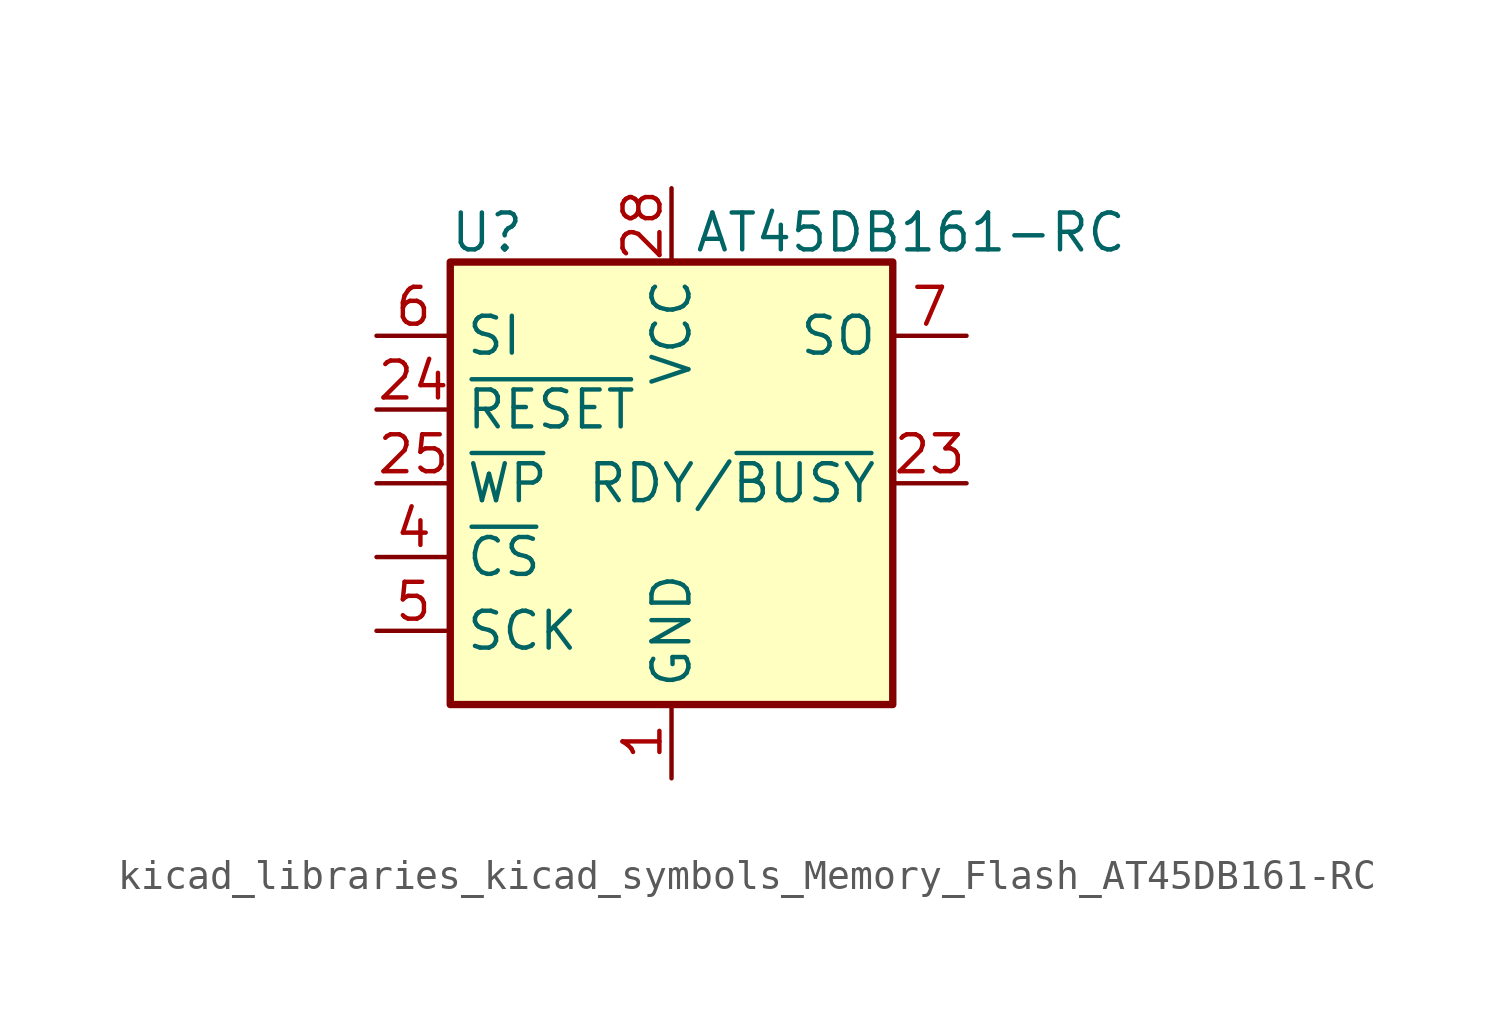
<source format=kicad_sym>
(kicad_symbol_lib
  (version 20220914)
  (generator kicad_symbol_editor)
  (symbol "kicad_libraries_kicad_symbols_Memory_Flash_AT45DB161-RC"
    (property "Reference" "U"
      (at -6.35 8.636 0)
      (effects (font (size 1.27 1.27))))
    (property "Value" "AT45DB161-RC"
      (at 0.762 8.636 0)
      (effects (font (size 1.27 1.27)) (justify left)))
    (symbol "kicad_libraries_kicad_symbols_Memory_Flash_AT45DB161-RC_0_1"
      (rectangle (start -7.62 7.62) (end 7.62 -7.62) (stroke (width 0.254) (type default)) (fill (type background))))
    (symbol "kicad_libraries_kicad_symbols_Memory_Flash_AT45DB161-RC_1_1"
      (pin power_in line (at 0 -10.16 90) (length 2.54) (name "GND" (effects (font (size 1.27 1.27)))) (number "1" (effects (font (size 1.27 1.27)))))
      (pin output line (at 10.16 0 180) (length 2.54) (name "RDY/~{BUSY}" (effects (font (size 1.27 1.27)))) (number "23" (effects (font (size 1.27 1.27)))))
      (pin input line (at -10.16 2.54 0) (length 2.54) (name "~{RESET}" (effects (font (size 1.27 1.27)))) (number "24" (effects (font (size 1.27 1.27)))))
      (pin input line (at -10.16 0 0) (length 2.54) (name "~{WP}" (effects (font (size 1.27 1.27)))) (number "25" (effects (font (size 1.27 1.27)))))
      (pin power_in line (at 0 10.16 270) (length 2.54) (name "VCC" (effects (font (size 1.27 1.27)))) (number "28" (effects (font (size 1.27 1.27)))))
      (pin input line (at -10.16 -2.54 0) (length 2.54) (name "~{CS}" (effects (font (size 1.27 1.27)))) (number "4" (effects (font (size 1.27 1.27)))))
      (pin input line (at -10.16 -5.08 0) (length 2.54) (name "SCK" (effects (font (size 1.27 1.27)))) (number "5" (effects (font (size 1.27 1.27)))))
      (pin input line (at -10.16 5.08 0) (length 2.54) (name "SI" (effects (font (size 1.27 1.27)))) (number "6" (effects (font (size 1.27 1.27)))))
      (pin output line (at 10.16 5.08 180) (length 2.54) (name "SO" (effects (font (size 1.27 1.27)))) (number "7" (effects (font (size 1.27 1.27))))))))
</source>
